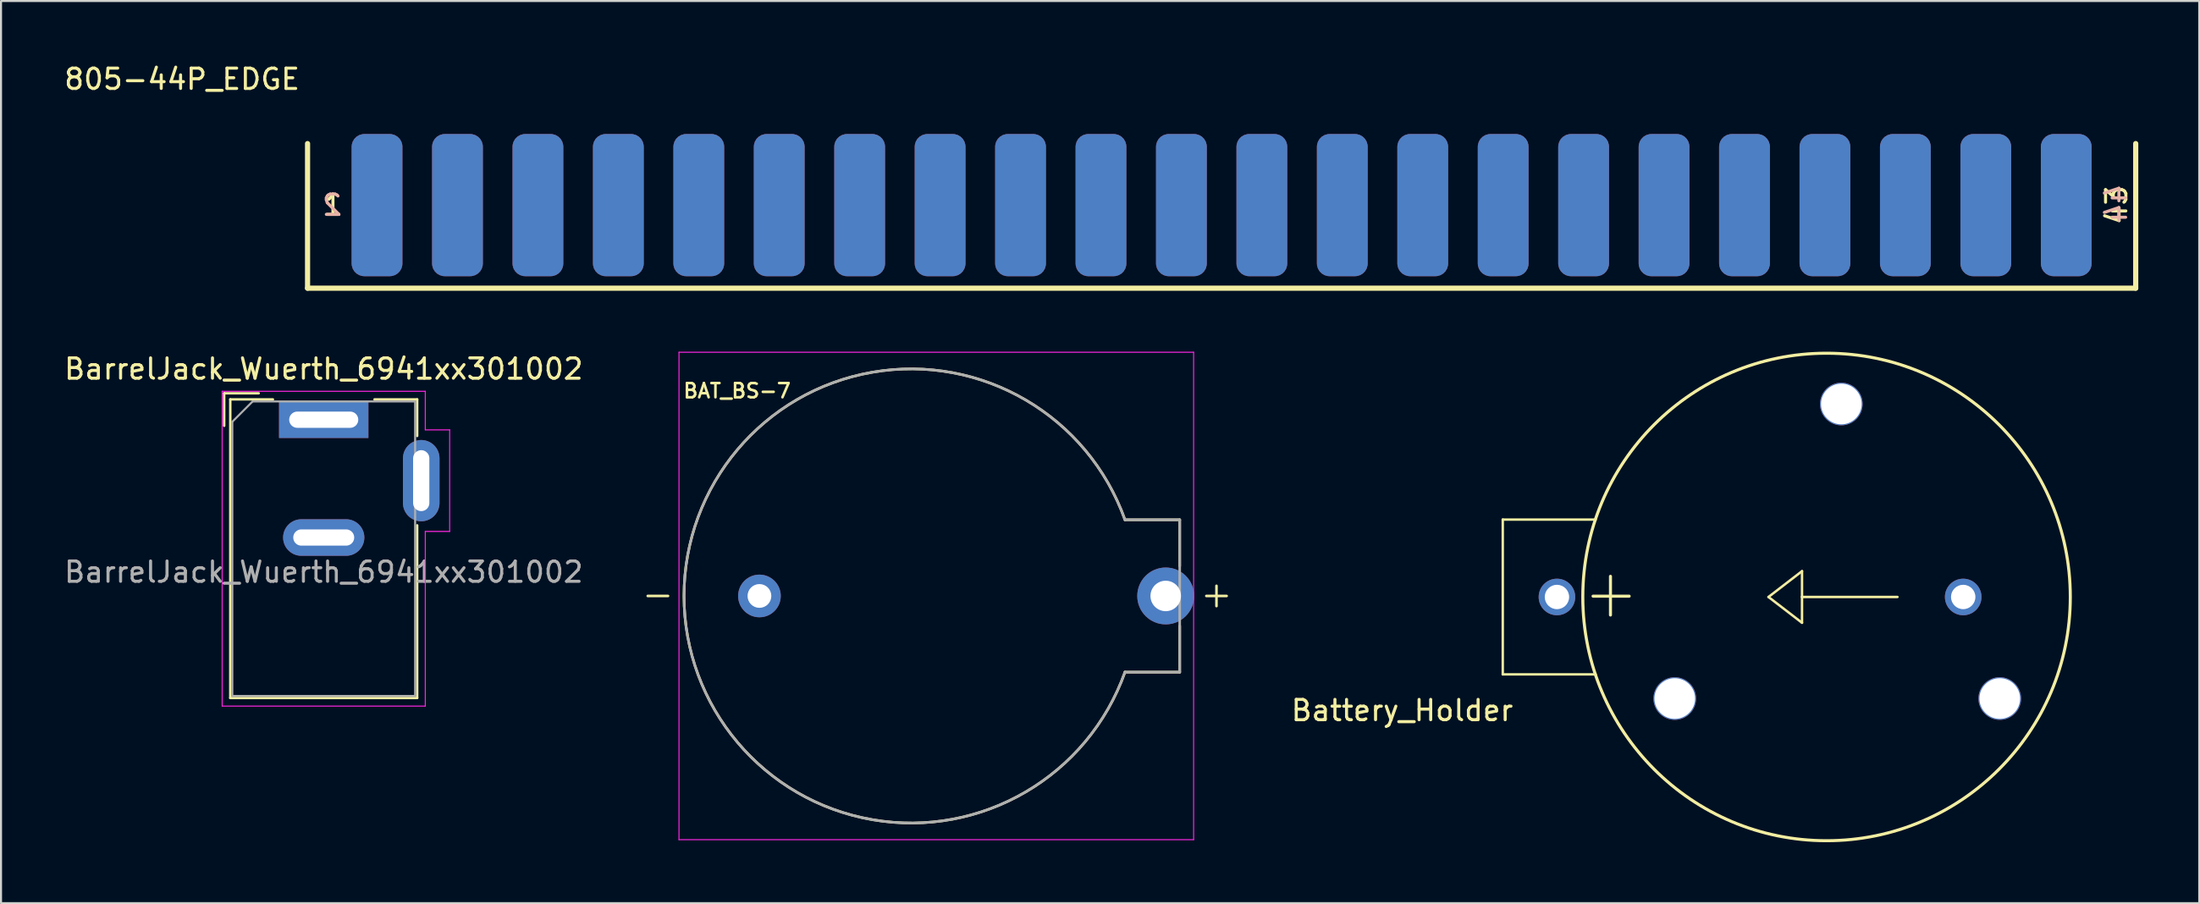
<source format=kicad_pcb>
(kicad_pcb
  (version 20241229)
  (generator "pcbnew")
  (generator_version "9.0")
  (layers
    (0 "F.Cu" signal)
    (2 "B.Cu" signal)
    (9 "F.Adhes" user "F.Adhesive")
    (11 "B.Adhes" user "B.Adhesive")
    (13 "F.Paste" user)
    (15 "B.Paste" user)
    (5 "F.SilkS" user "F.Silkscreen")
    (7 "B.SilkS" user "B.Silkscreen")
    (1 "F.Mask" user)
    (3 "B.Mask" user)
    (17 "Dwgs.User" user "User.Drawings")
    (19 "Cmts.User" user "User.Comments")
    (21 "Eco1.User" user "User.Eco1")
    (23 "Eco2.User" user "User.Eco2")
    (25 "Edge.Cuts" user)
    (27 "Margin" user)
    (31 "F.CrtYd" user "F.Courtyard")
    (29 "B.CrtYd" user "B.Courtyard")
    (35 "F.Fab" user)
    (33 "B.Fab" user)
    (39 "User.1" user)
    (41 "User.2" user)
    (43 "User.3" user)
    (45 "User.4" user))
  (footprint "BarrelJack_Wuerth_6941xx301002"
    (layer "F.Cu")
    (at 12.887 17.613)
    (property "Reference" "BarrelJack_Wuerth_6941xx301002" (at 0 -2.5 0) (layer "F.SilkS") (effects (font (size 1 1) (thickness 0.15))))
    (attr through_hole)
    (fp_line (start -4.9 -1.3) (end -4.9 0.3) (stroke (width 0.12) (type solid)) (layer "F.SilkS"))
    (fp_line (start -4.6 -1) (end -2.5 -1) (stroke (width 0.12) (type solid)) (layer "F.SilkS"))
    (fp_line (start -4.6 13.7) (end -4.6 -1) (stroke (width 0.12) (type solid)) (layer "F.SilkS"))
    (fp_line (start -3.2 -1.3) (end -4.9 -1.3) (stroke (width 0.12) (type solid)) (layer "F.SilkS"))
    (fp_line (start 2.5 -1) (end 4.6 -1) (stroke (width 0.12) (type solid)) (layer "F.SilkS"))
    (fp_line (start 4.6 -1) (end 4.6 0.8) (stroke (width 0.12) (type solid)) (layer "F.SilkS"))
    (fp_line (start 4.6 5.2) (end 4.6 13.7) (stroke (width 0.12) (type solid)) (layer "F.SilkS"))
    (fp_line (start 4.6 13.7) (end -4.6 13.7) (stroke (width 0.12) (type solid)) (layer "F.SilkS"))
    (fp_line (start -5 -1.4) (end -5 14.1) (stroke (width 0.05) (type solid)) (layer "F.CrtYd"))
    (fp_line (start -5 14.1) (end 5 14.1) (stroke (width 0.05) (type solid)) (layer "F.CrtYd"))
    (fp_line (start 5 -1.4) (end -5 -1.4) (stroke (width 0.05) (type solid)) (layer "F.CrtYd"))
    (fp_line (start 5 0.5) (end 5 -1.4) (stroke (width 0.05) (type solid)) (layer "F.CrtYd"))
    (fp_line (start 5 14.1) (end 5 5.5) (stroke (width 0.05) (type solid)) (layer "F.CrtYd"))
    (fp_line (start 6.2 0.5) (end 5 0.5) (stroke (width 0.05) (type solid)) (layer "F.CrtYd"))
    (fp_line (start 6.2 0.5) (end 6.2 5.5) (stroke (width 0.05) (type solid)) (layer "F.CrtYd"))
    (fp_line (start 6.2 5.5) (end 5 5.5) (stroke (width 0.05) (type solid)) (layer "F.CrtYd"))
    (fp_line (start -4.5 0.1) (end -3.5 -0.9) (stroke (width 0.1) (type solid)) (layer "F.Fab"))
    (fp_line (start -4.5 13.6) (end -4.5 0.1) (stroke (width 0.1) (type solid)) (layer "F.Fab"))
    (fp_line (start 4.5 -0.9) (end -3.5 -0.9) (stroke (width 0.1) (type solid)) (layer "F.Fab"))
    (fp_line (start 4.5 -0.9) (end 4.5 13.6) (stroke (width 0.1) (type solid)) (layer "F.Fab"))
    (fp_line (start 4.5 13.6) (end -4.5 13.6) (stroke (width 0.1) (type solid)) (layer "F.Fab"))
    (fp_text user "${REFERENCE}" (at 0 7.5 0) (layer "F.Fab") (effects (font (size 1 1) (thickness 0.15))))
    (pad "1" thru_hole rect (at 0 0) (size 4.4 1.8) (drill oval 3.4 0.8) (layers "*.Cu" "*.Mask"))
    (pad "2" thru_hole oval (at 0 5.8) (size 4 1.8) (drill oval 3 0.8) (layers "*.Cu" "*.Mask"))
    (pad "3" thru_hole oval (at 4.8 3 90) (size 4 1.8) (drill oval 3 0.8) (layers "*.Cu" "*.Mask")))
  (footprint "805-44P_EDGE"
    (layer "F.Cu")
    (at 15.511 7.048)
    (property "Reference" "805-44P_EDGE" (at -9.6 -6.2 0) (layer "F.SilkS") (effects (font (size 1 1) (thickness 0.15))))
    (attr through_hole)
    (fp_line (start -3.42 4.09) (end -3.42 -3.03) (stroke (width 0.254) (type solid)) (layer "F.SilkS"))
    (fp_line (start -3.42 4.09) (end 86.58 4.09) (stroke (width 0.254) (type solid)) (layer "F.SilkS"))
    (fp_line (start 86.58 4.09) (end 86.58 -3.03) (stroke (width 0.254) (type solid)) (layer "F.SilkS"))
    (fp_text user "1" (at -2.17 0 0) (layer "F.SilkS") (effects (font (size 1 1) (thickness 0.15))))
    (fp_text user "43" (at 85.64 0 90) (layer "F.SilkS") (effects (font (size 1 1) (thickness 0.15))))
    (fp_text user "44" (at 85.63 -0.07 90) (layer "B.SilkS") (effects (font (size 1 1) (thickness 0.15)) (justify mirror)))
    (fp_text user "2" (at -2.21 0 0) (layer "B.SilkS") (effects (font (size 1 1) (thickness 0.15)) (justify mirror)))
    (pad "1" smd roundrect (at 0 0) (size 2.5 7) (layers "F.Cu" "F.Mask" "F.Paste") (roundrect_rratio 0.25))
    (pad "2" smd roundrect (at 0 0) (size 2.5 7) (layers "B.Cu" "B.Mask" "B.Paste") (roundrect_rratio 0.25))
    (pad "3" smd roundrect (at 3.96 0) (size 2.5 7) (layers "F.Cu" "F.Mask" "F.Paste") (roundrect_rratio 0.25))
    (pad "4" smd roundrect (at 3.96 0) (size 2.5 7) (layers "B.Cu" "B.Mask" "B.Paste") (roundrect_rratio 0.25))
    (pad "5" smd roundrect (at 7.92 0) (size 2.5 7) (layers "F.Cu" "F.Mask" "F.Paste") (roundrect_rratio 0.25))
    (pad "6" smd roundrect (at 7.92 0) (size 2.5 7) (layers "B.Cu" "B.Mask" "B.Paste") (roundrect_rratio 0.25))
    (pad "7" smd roundrect (at 11.88 0) (size 2.5 7) (layers "F.Cu" "F.Mask" "F.Paste") (roundrect_rratio 0.25))
    (pad "8" smd roundrect (at 11.88 0) (size 2.5 7) (layers "B.Cu" "B.Mask" "B.Paste") (roundrect_rratio 0.25))
    (pad "9" smd roundrect (at 15.84 0) (size 2.5 7) (layers "F.Cu" "F.Mask" "F.Paste") (roundrect_rratio 0.25))
    (pad "10" smd roundrect (at 15.84 0) (size 2.5 7) (layers "B.Cu" "B.Mask" "B.Paste") (roundrect_rratio 0.25))
    (pad "11" smd roundrect (at 19.8 0) (size 2.5 7) (layers "F.Cu" "F.Mask" "F.Paste") (roundrect_rratio 0.25))
    (pad "12" smd roundrect (at 19.8 0) (size 2.5 7) (layers "B.Cu" "B.Mask" "B.Paste") (roundrect_rratio 0.25))
    (pad "13" smd roundrect (at 23.76 0) (size 2.5 7) (layers "F.Cu" "F.Mask" "F.Paste") (roundrect_rratio 0.25))
    (pad "14" smd roundrect (at 23.76 0) (size 2.5 7) (layers "B.Cu" "B.Mask" "B.Paste") (roundrect_rratio 0.25))
    (pad "15" smd roundrect (at 27.72 0) (size 2.5 7) (layers "F.Cu" "F.Mask" "F.Paste") (roundrect_rratio 0.25))
    (pad "16" smd roundrect (at 27.72 0) (size 2.5 7) (layers "B.Cu" "B.Mask" "B.Paste") (roundrect_rratio 0.25))
    (pad "17" smd roundrect (at 31.68 0) (size 2.5 7) (layers "F.Cu" "F.Mask" "F.Paste") (roundrect_rratio 0.25))
    (pad "18" smd roundrect (at 31.68 0) (size 2.5 7) (layers "B.Cu" "B.Mask" "B.Paste") (roundrect_rratio 0.25))
    (pad "19" smd roundrect (at 35.64 0) (size 2.5 7) (layers "F.Cu" "F.Mask" "F.Paste") (roundrect_rratio 0.25))
    (pad "20" smd roundrect (at 35.64 0) (size 2.5 7) (layers "B.Cu" "B.Mask" "B.Paste") (roundrect_rratio 0.25))
    (pad "21" smd roundrect (at 39.6 0) (size 2.5 7) (layers "F.Cu" "F.Mask" "F.Paste") (roundrect_rratio 0.25))
    (pad "22" smd roundrect (at 39.6 0) (size 2.5 7) (layers "B.Cu" "B.Mask" "B.Paste") (roundrect_rratio 0.25))
    (pad "23" smd roundrect (at 43.56 0) (size 2.5 7) (layers "F.Cu" "F.Mask" "F.Paste") (roundrect_rratio 0.25))
    (pad "24" smd roundrect (at 43.56 0) (size 2.5 7) (layers "B.Cu" "B.Mask" "B.Paste") (roundrect_rratio 0.25))
    (pad "25" smd roundrect (at 47.52 0) (size 2.5 7) (layers "F.Cu" "F.Mask" "F.Paste") (roundrect_rratio 0.25))
    (pad "26" smd roundrect (at 47.52 0) (size 2.5 7) (layers "B.Cu" "B.Mask" "B.Paste") (roundrect_rratio 0.25))
    (pad "27" smd roundrect (at 51.48 0) (size 2.5 7) (layers "F.Cu" "F.Mask" "F.Paste") (roundrect_rratio 0.25))
    (pad "28" smd roundrect (at 51.48 0) (size 2.5 7) (layers "B.Cu" "B.Mask" "B.Paste") (roundrect_rratio 0.25))
    (pad "29" smd roundrect (at 55.44 0) (size 2.5 7) (layers "F.Cu" "F.Mask" "F.Paste") (roundrect_rratio 0.25))
    (pad "30" smd roundrect (at 55.44 0) (size 2.5 7) (layers "B.Cu" "B.Mask" "B.Paste") (roundrect_rratio 0.25))
    (pad "31" smd roundrect (at 59.4 0) (size 2.5 7) (layers "F.Cu" "F.Mask" "F.Paste") (roundrect_rratio 0.25))
    (pad "32" smd roundrect (at 59.4 0) (size 2.5 7) (layers "B.Cu" "B.Mask" "B.Paste") (roundrect_rratio 0.25))
    (pad "33" smd roundrect (at 63.36 0) (size 2.5 7) (layers "F.Cu" "F.Mask" "F.Paste") (roundrect_rratio 0.25))
    (pad "34" smd roundrect (at 63.36 0) (size 2.5 7) (layers "B.Cu" "B.Mask" "B.Paste") (roundrect_rratio 0.25))
    (pad "35" smd roundrect (at 67.32 0) (size 2.5 7) (layers "F.Cu" "F.Mask" "F.Paste") (roundrect_rratio 0.25))
    (pad "36" smd roundrect (at 67.32 0) (size 2.5 7) (layers "B.Cu" "B.Mask" "B.Paste") (roundrect_rratio 0.25))
    (pad "37" smd roundrect (at 71.28 0) (size 2.5 7) (layers "F.Cu" "F.Mask" "F.Paste") (roundrect_rratio 0.25))
    (pad "38" smd roundrect (at 71.28 0) (size 2.5 7) (layers "B.Cu" "B.Mask" "B.Paste") (roundrect_rratio 0.25))
    (pad "39" smd roundrect (at 75.24 0) (size 2.5 7) (layers "F.Cu" "F.Mask" "F.Paste") (roundrect_rratio 0.25))
    (pad "40" smd roundrect (at 75.24 0) (size 2.5 7) (layers "B.Cu" "B.Mask" "B.Paste") (roundrect_rratio 0.25))
    (pad "41" smd roundrect (at 79.2 0) (size 2.5 7) (layers "F.Cu" "F.Mask" "F.Paste") (roundrect_rratio 0.25))
    (pad "42" smd roundrect (at 79.2 0) (size 2.5 7) (layers "B.Cu" "B.Mask" "B.Paste") (roundrect_rratio 0.25))
    (pad "43" smd roundrect (at 83.16 0) (size 2.5 7) (layers "F.Cu" "F.Mask" "F.Paste") (roundrect_rratio 0.25))
    (pad "44" smd roundrect (at 83.16 0) (size 2.5 7) (layers "B.Cu" "B.Mask" "B.Paste") (roundrect_rratio 0.25)))
  (footprint "BAT_BS-7"
    (layer "F.Cu")
    (at 44.337 26.29)
    (property "Reference" "BAT_BS-7" (at -11.1 -10.1 0) (layer "F.SilkS") (effects (font (size 0.7 0.7) (thickness 0.127))))
    (attr through_hole)
    (fp_line (start -15.5 0) (end -14.5 0) (stroke (width 0.127) (type solid)) (layer "F.SilkS"))
    (fp_line (start 10.69 -3.75) (end 7.995 -3.75) (stroke (width 0.127) (type solid)) (layer "F.SilkS"))
    (fp_line (start 10.69 -3.75) (end 10.69 -1.47) (stroke (width 0.127) (type solid)) (layer "F.SilkS"))
    (fp_line (start 10.69 3.75) (end 7.995 3.75) (stroke (width 0.127) (type solid)) (layer "F.SilkS"))
    (fp_line (start 10.69 3.75) (end 10.69 1.47) (stroke (width 0.127) (type solid)) (layer "F.SilkS"))
    (fp_line (start 12 0) (end 13 0) (stroke (width 0.127) (type solid)) (layer "F.SilkS"))
    (fp_line (start 12.5 -0.5) (end 12.5 0.5) (stroke (width 0.127) (type solid)) (layer "F.SilkS"))
    (fp_arc (start 7.995 3.75) (mid -13.712925 0) (end 7.995 -3.75) (stroke (width 0.127) (type solid)) (layer "F.SilkS"))
    (fp_line (start -13.96 -12) (end 11.375 -12) (stroke (width 0.05) (type solid)) (layer "F.CrtYd"))
    (fp_line (start -13.96 12) (end -13.96 -12) (stroke (width 0.05) (type solid)) (layer "F.CrtYd"))
    (fp_line (start 11.375 -12) (end 11.375 12) (stroke (width 0.05) (type solid)) (layer "F.CrtYd"))
    (fp_line (start 11.375 12) (end -13.96 12) (stroke (width 0.05) (type solid)) (layer "F.CrtYd"))
    (fp_line (start 10.69 -3.75) (end 7.995 -3.75) (stroke (width 0.127) (type solid)) (layer "F.Fab"))
    (fp_line (start 10.69 -3.75) (end 10.69 3.75) (stroke (width 0.127) (type solid)) (layer "F.Fab"))
    (fp_line (start 10.69 3.75) (end 7.995 3.75) (stroke (width 0.127) (type solid)) (layer "F.Fab"))
    (fp_arc (start 7.995 3.75) (mid -13.712925 0) (end 7.995 -3.75) (stroke (width 0.127) (type solid)) (layer "F.Fab"))
    (pad "1" thru_hole circle (at 10 0) (size 2.8 2.8) (drill 1.5) (layers "*.Cu" "*.Mask"))
    (pad "2" thru_hole circle (at -10 0) (size 2.1 2.1) (drill 1.17) (layers "*.Cu" "*.Mask")))
  (footprint "Battery_Holder"
    (layer "F.Cu")
    (at 73.598 26.34)
    (property "Reference" "Battery_Holder" (at -7.62 5.588 0) (layer "F.SilkS") (effects (font (size 1 1) (thickness 0.15))))
    (attr through_hole)
    (fp_line (start -2.667 -3.81) (end -2.667 3.81) (stroke (width 0.12) (type solid)) (layer "F.SilkS"))
    (fp_line (start 1.905 -3.81) (end -2.667 -3.81) (stroke (width 0.12) (type solid)) (layer "F.SilkS"))
    (fp_line (start 1.905 3.81) (end -2.667 3.81) (stroke (width 0.12) (type solid)) (layer "F.SilkS"))
    (fp_line (start 2.635 0.889) (end 2.635 -1.016) (stroke (width 0.15) (type solid)) (layer "F.SilkS"))
    (fp_line (start 3.556 -0.04) (end 1.778 -0.04) (stroke (width 0.15) (type solid)) (layer "F.SilkS"))
    (fp_line (start 10.414 0) (end 12.065 -1.27) (stroke (width 0.12) (type solid)) (layer "F.SilkS"))
    (fp_line (start 12.065 -1.27) (end 12.065 0) (stroke (width 0.12) (type solid)) (layer "F.SilkS"))
    (fp_line (start 12.065 0) (end 12.065 1.27) (stroke (width 0.12) (type solid)) (layer "F.SilkS"))
    (fp_line (start 12.065 1.27) (end 10.414 0) (stroke (width 0.12) (type solid)) (layer "F.SilkS"))
    (fp_line (start 16.764 0) (end 12.065 0) (stroke (width 0.12) (type solid)) (layer "F.SilkS"))
    (fp_circle (center 13.273 0) (end 25.273 0) (stroke (width 0.15) (type solid)) (fill no) (layer "F.SilkS"))
    (pad "" thru_hole circle (at 5.8 5) (size 2.1 2.1) (drill 2) (layers "*.Cu" "*.Mask"))
    (pad "" thru_hole circle (at 14 -9.5) (size 2.1 2.1) (drill 2) (layers "*.Cu" "*.Mask"))
    (pad "" thru_hole circle (at 21.8 5) (size 2.1 2.1) (drill 2) (layers "*.Cu" "*.Mask"))
    (pad "1" thru_hole circle (at 0 0) (size 1.8 1.8) (drill 1.2) (layers "*.Cu" "*.Mask"))
    (pad "2" thru_hole circle (at 20 0) (size 1.8 1.8) (drill 1.2) (layers "*.Cu" "*.Mask")))
  (gr_rect
    (start -3 -3)
    (end 105.218 41.415)
    (stroke (width 0.1) (type default))
    (fill no)
    (layer "Edge.Cuts")))
</source>
